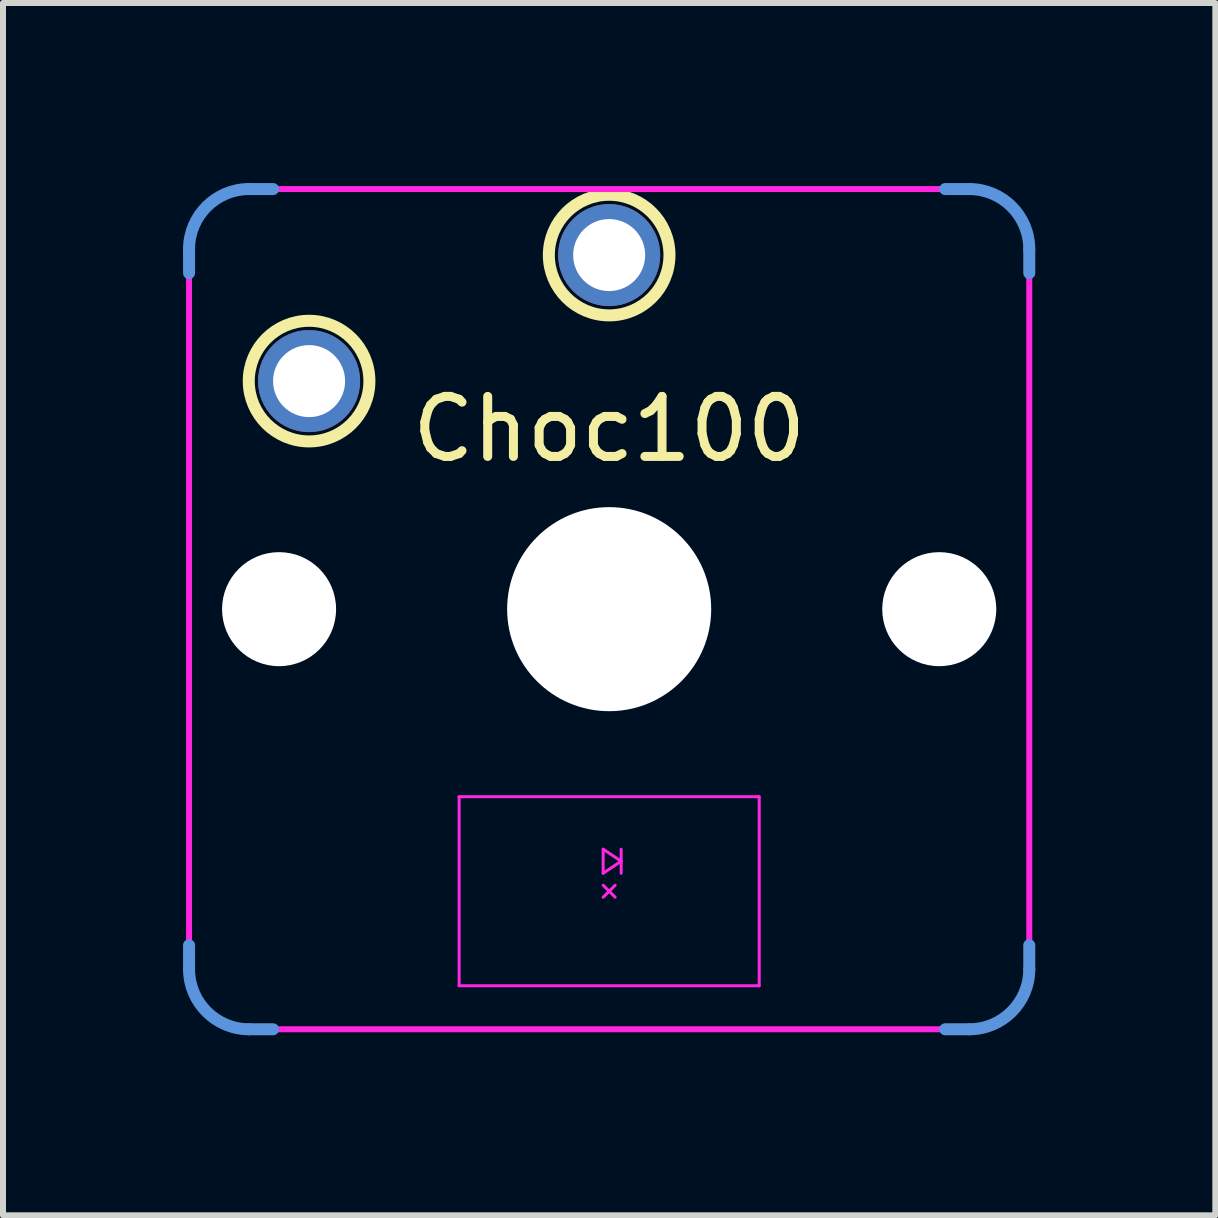
<source format=kicad_pcb>
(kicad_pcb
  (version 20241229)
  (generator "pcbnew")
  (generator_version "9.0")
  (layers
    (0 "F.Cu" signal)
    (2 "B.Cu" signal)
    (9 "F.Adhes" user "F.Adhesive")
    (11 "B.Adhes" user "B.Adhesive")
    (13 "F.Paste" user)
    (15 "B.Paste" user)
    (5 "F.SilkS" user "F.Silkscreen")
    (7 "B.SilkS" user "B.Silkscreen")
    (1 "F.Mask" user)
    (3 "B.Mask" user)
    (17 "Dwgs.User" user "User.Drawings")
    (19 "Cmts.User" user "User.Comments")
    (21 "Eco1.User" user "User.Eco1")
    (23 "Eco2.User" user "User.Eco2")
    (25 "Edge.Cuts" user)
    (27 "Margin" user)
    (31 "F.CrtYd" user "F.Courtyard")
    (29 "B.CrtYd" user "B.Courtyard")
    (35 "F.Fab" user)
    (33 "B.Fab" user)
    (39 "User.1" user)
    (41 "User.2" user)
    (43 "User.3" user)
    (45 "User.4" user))
  (footprint "Choc100"
    (layer "F.Cu")
    (at 7.1 7.1)
    (property "Reference" "Choc100" (at 0 -3 0) (layer "F.SilkS") (effects (font (size 1 1) (thickness 0.15))))
    (attr through_hole)
    (fp_circle (center -5 -3.8) (end -3.995 -3.8) (stroke (width 0.2) (type solid)) (fill no) (layer "F.SilkS"))
    (fp_circle (center 0 -5.9) (end 1.005 -5.9) (stroke (width 0.2) (type solid)) (fill no) (layer "F.SilkS"))
    (fp_line (start -7 -6) (end -7 -5.6) (stroke (width 0.2) (type solid)) (layer "Cmts.User"))
    (fp_line (start -7 6) (end -7 5.6) (stroke (width 0.2) (type solid)) (layer "Cmts.User"))
    (fp_line (start -6 -7) (end -5.6 -7) (stroke (width 0.2) (type solid)) (layer "Cmts.User"))
    (fp_line (start -6 7) (end -5.6 7) (stroke (width 0.2) (type solid)) (layer "Cmts.User"))
    (fp_line (start 6 -7) (end 5.6 -7) (stroke (width 0.2) (type solid)) (layer "Cmts.User"))
    (fp_line (start 6 7) (end 5.6 7) (stroke (width 0.2) (type solid)) (layer "Cmts.User"))
    (fp_line (start 7 -6) (end 7 -5.6) (stroke (width 0.2) (type solid)) (layer "Cmts.User"))
    (fp_line (start 7 6) (end 7 5.6) (stroke (width 0.2) (type solid)) (layer "Cmts.User"))
    (fp_arc (start -7 -6) (mid -6.707107 -6.707107) (end -6 -7) (stroke (width 0.2) (type solid)) (layer "Cmts.User"))
    (fp_arc (start -6 7) (mid -6.707107 6.707107) (end -7 6) (stroke (width 0.2) (type solid)) (layer "Cmts.User"))
    (fp_arc (start 6 -7) (mid 6.707107 -6.707107) (end 7 -6) (stroke (width 0.2) (type solid)) (layer "Cmts.User"))
    (fp_arc (start 7 6) (mid 6.707107 6.707107) (end 6 7) (stroke (width 0.2) (type solid)) (layer "Cmts.User"))
    (fp_line (start -7 -6) (end -7 6) (stroke (width 0.1) (type solid)) (layer "F.CrtYd"))
    (fp_line (start -6 7) (end 6 7) (stroke (width 0.1) (type solid)) (layer "F.CrtYd"))
    (fp_line (start -2.5 3.125) (end 2.5 3.125) (stroke (width 0.05) (type solid)) (layer "F.CrtYd"))
    (fp_line (start -2.5 6.275) (end -2.5 3.125) (stroke (width 0.05) (type solid)) (layer "F.CrtYd"))
    (fp_line (start -0.1 4) (end -0.1 4.4) (stroke (width 0.05) (type solid)) (layer "F.CrtYd"))
    (fp_line (start -0.1 4.4) (end 0.2 4.2) (stroke (width 0.05) (type solid)) (layer "F.CrtYd"))
    (fp_line (start -0.1 4.6) (end 0.1 4.8) (stroke (width 0.05) (type solid)) (layer "F.CrtYd"))
    (fp_line (start -0.1 4.8) (end 0.1 4.6) (stroke (width 0.05) (type solid)) (layer "F.CrtYd"))
    (fp_line (start 0.2 4) (end 0.2 4.4) (stroke (width 0.05) (type solid)) (layer "F.CrtYd"))
    (fp_line (start 0.2 4.2) (end -0.1 4) (stroke (width 0.05) (type solid)) (layer "F.CrtYd"))
    (fp_line (start 2.5 3.125) (end 2.5 6.275) (stroke (width 0.05) (type solid)) (layer "F.CrtYd"))
    (fp_line (start 2.5 6.275) (end -2.5 6.275) (stroke (width 0.05) (type solid)) (layer "F.CrtYd"))
    (fp_line (start 6 -7) (end -6 -7) (stroke (width 0.1) (type solid)) (layer "F.CrtYd"))
    (fp_line (start 7 6) (end 7 -6) (stroke (width 0.1) (type solid)) (layer "F.CrtYd"))
    (fp_arc (start -7 -6) (mid -6.707107 -6.707107) (end -6 -7) (stroke (width 0.1) (type solid)) (layer "F.CrtYd"))
    (fp_arc (start -6 7) (mid -6.707107 6.707107) (end -7 6) (stroke (width 0.1) (type solid)) (layer "F.CrtYd"))
    (fp_arc (start 6 -7) (mid 6.707107 -6.707107) (end 7 -6) (stroke (width 0.1) (type solid)) (layer "F.CrtYd"))
    (fp_arc (start 7 6) (mid 6.707107 6.707107) (end 6 7) (stroke (width 0.1) (type solid)) (layer "F.CrtYd"))
    (pad "" np_thru_hole circle (at -5.5 0) (size 1.9 1.9) (drill 1.9) (layers "*.Cu" "*.Mask"))
    (pad "" np_thru_hole circle (at 0 0) (size 3.4 3.4) (drill 3.4) (layers "*.Cu" "*.Mask"))
    (pad "" np_thru_hole circle (at 5.5 0) (size 1.9 1.9) (drill 1.9) (layers "*.Cu" "*.Mask"))
    (pad "1" thru_hole circle (at -5 -3.8) (size 1.7 1.7) (drill 1.2) (layers "*.Cu" "*.Mask"))
    (pad "2" thru_hole circle (at 0 -5.9) (size 1.7 1.7) (drill 1.2) (layers "*.Cu" "*.Mask")))
  (gr_rect
    (start -3 -3)
    (end 17.2 17.2)
    (stroke (width 0.1) (type default))
    (fill no)
    (layer "Edge.Cuts")))
</source>
